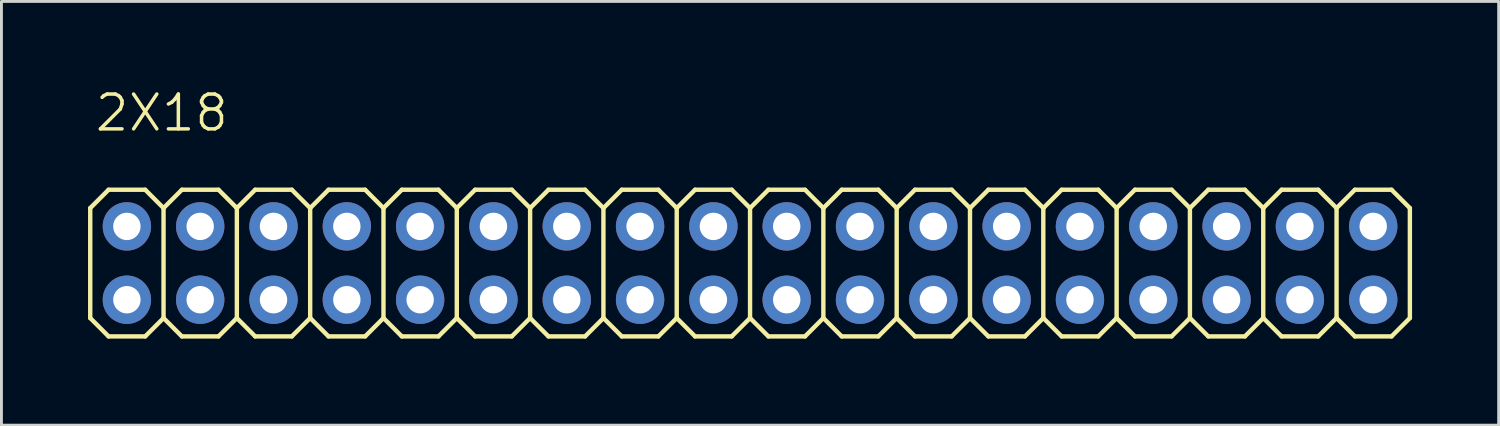
<source format=kicad_pcb>
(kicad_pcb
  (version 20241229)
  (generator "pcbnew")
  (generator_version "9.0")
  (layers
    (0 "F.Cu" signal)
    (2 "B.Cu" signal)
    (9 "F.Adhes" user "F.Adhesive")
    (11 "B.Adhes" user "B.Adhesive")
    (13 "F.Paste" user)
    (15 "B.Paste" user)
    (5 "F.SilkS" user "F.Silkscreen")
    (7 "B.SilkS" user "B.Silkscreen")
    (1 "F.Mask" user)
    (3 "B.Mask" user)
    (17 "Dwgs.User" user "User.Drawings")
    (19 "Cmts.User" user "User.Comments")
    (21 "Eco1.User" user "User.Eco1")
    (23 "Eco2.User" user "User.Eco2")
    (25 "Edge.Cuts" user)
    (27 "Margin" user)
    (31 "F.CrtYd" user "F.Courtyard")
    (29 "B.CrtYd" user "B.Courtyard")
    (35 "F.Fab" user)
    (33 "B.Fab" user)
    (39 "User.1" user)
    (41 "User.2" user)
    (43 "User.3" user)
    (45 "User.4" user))
  (footprint "2X18"
    (layer "F.Cu")
    (at 22.936 6.064)
    (property "Reference" "2X18" (at -22.758 -4.496 180) (layer "F.SilkS") (effects (font (size 1.206 1.206) (thickness 0.121)) (justify left bottom)))
    (attr through_hole)
    (fp_line (start -22.86 -1.905) (end -22.225 -2.54) (stroke (width 0.152) (type solid)) (layer "F.SilkS"))
    (fp_line (start -22.86 1.905) (end -22.86 -1.905) (stroke (width 0.152) (type solid)) (layer "F.SilkS"))
    (fp_line (start -22.86 1.905) (end -22.225 2.54) (stroke (width 0.152) (type solid)) (layer "F.SilkS"))
    (fp_line (start -22.225 -2.54) (end -20.955 -2.54) (stroke (width 0.152) (type solid)) (layer "F.SilkS"))
    (fp_line (start -22.225 2.54) (end -20.955 2.54) (stroke (width 0.152) (type solid)) (layer "F.SilkS"))
    (fp_line (start -20.955 -2.54) (end -20.32 -1.905) (stroke (width 0.152) (type solid)) (layer "F.SilkS"))
    (fp_line (start -20.955 2.54) (end -20.32 1.905) (stroke (width 0.152) (type solid)) (layer "F.SilkS"))
    (fp_line (start -20.32 -1.905) (end -20.32 1.905) (stroke (width 0.152) (type solid)) (layer "F.SilkS"))
    (fp_line (start -20.32 -1.905) (end -19.685 -2.54) (stroke (width 0.152) (type solid)) (layer "F.SilkS"))
    (fp_line (start -20.32 1.905) (end -19.685 2.54) (stroke (width 0.152) (type solid)) (layer "F.SilkS"))
    (fp_line (start -19.685 -2.54) (end -18.415 -2.54) (stroke (width 0.152) (type solid)) (layer "F.SilkS"))
    (fp_line (start -19.685 2.54) (end -18.415 2.54) (stroke (width 0.152) (type solid)) (layer "F.SilkS"))
    (fp_line (start -18.415 -2.54) (end -17.78 -1.905) (stroke (width 0.152) (type solid)) (layer "F.SilkS"))
    (fp_line (start -18.415 2.54) (end -17.78 1.905) (stroke (width 0.152) (type solid)) (layer "F.SilkS"))
    (fp_line (start -17.78 -1.905) (end -17.78 1.905) (stroke (width 0.152) (type solid)) (layer "F.SilkS"))
    (fp_line (start -17.78 -1.905) (end -17.145 -2.54) (stroke (width 0.152) (type solid)) (layer "F.SilkS"))
    (fp_line (start -17.78 1.905) (end -17.145 2.54) (stroke (width 0.152) (type solid)) (layer "F.SilkS"))
    (fp_line (start -17.145 -2.54) (end -15.875 -2.54) (stroke (width 0.152) (type solid)) (layer "F.SilkS"))
    (fp_line (start -17.145 2.54) (end -15.875 2.54) (stroke (width 0.152) (type solid)) (layer "F.SilkS"))
    (fp_line (start -15.875 -2.54) (end -15.24 -1.905) (stroke (width 0.152) (type solid)) (layer "F.SilkS"))
    (fp_line (start -15.875 2.54) (end -15.24 1.905) (stroke (width 0.152) (type solid)) (layer "F.SilkS"))
    (fp_line (start -15.24 -1.905) (end -15.24 1.905) (stroke (width 0.152) (type solid)) (layer "F.SilkS"))
    (fp_line (start -15.24 -1.905) (end -14.605 -2.54) (stroke (width 0.152) (type solid)) (layer "F.SilkS"))
    (fp_line (start -15.24 1.905) (end -14.605 2.54) (stroke (width 0.152) (type solid)) (layer "F.SilkS"))
    (fp_line (start -14.605 -2.54) (end -13.335 -2.54) (stroke (width 0.152) (type solid)) (layer "F.SilkS"))
    (fp_line (start -14.605 2.54) (end -13.335 2.54) (stroke (width 0.152) (type solid)) (layer "F.SilkS"))
    (fp_line (start -13.335 -2.54) (end -12.7 -1.905) (stroke (width 0.152) (type solid)) (layer "F.SilkS"))
    (fp_line (start -13.335 2.54) (end -12.7 1.905) (stroke (width 0.152) (type solid)) (layer "F.SilkS"))
    (fp_line (start -12.7 -1.905) (end -12.7 1.905) (stroke (width 0.152) (type solid)) (layer "F.SilkS"))
    (fp_line (start -12.7 -1.905) (end -12.065 -2.54) (stroke (width 0.152) (type solid)) (layer "F.SilkS"))
    (fp_line (start -12.7 1.905) (end -12.065 2.54) (stroke (width 0.152) (type solid)) (layer "F.SilkS"))
    (fp_line (start -12.065 -2.54) (end -10.795 -2.54) (stroke (width 0.152) (type solid)) (layer "F.SilkS"))
    (fp_line (start -12.065 2.54) (end -10.795 2.54) (stroke (width 0.152) (type solid)) (layer "F.SilkS"))
    (fp_line (start -10.795 -2.54) (end -10.16 -1.905) (stroke (width 0.152) (type solid)) (layer "F.SilkS"))
    (fp_line (start -10.795 2.54) (end -10.16 1.905) (stroke (width 0.152) (type solid)) (layer "F.SilkS"))
    (fp_line (start -10.16 -1.905) (end -10.16 1.905) (stroke (width 0.152) (type solid)) (layer "F.SilkS"))
    (fp_line (start -10.16 -1.905) (end -9.525 -2.54) (stroke (width 0.152) (type solid)) (layer "F.SilkS"))
    (fp_line (start -10.16 1.905) (end -9.525 2.54) (stroke (width 0.152) (type solid)) (layer "F.SilkS"))
    (fp_line (start -9.525 -2.54) (end -8.255 -2.54) (stroke (width 0.152) (type solid)) (layer "F.SilkS"))
    (fp_line (start -9.525 2.54) (end -8.255 2.54) (stroke (width 0.152) (type solid)) (layer "F.SilkS"))
    (fp_line (start -8.255 -2.54) (end -7.62 -1.905) (stroke (width 0.152) (type solid)) (layer "F.SilkS"))
    (fp_line (start -8.255 2.54) (end -7.62 1.905) (stroke (width 0.152) (type solid)) (layer "F.SilkS"))
    (fp_line (start -7.62 -1.905) (end -7.62 1.905) (stroke (width 0.152) (type solid)) (layer "F.SilkS"))
    (fp_line (start -7.62 -1.905) (end -6.985 -2.54) (stroke (width 0.152) (type solid)) (layer "F.SilkS"))
    (fp_line (start -7.62 1.905) (end -6.985 2.54) (stroke (width 0.152) (type solid)) (layer "F.SilkS"))
    (fp_line (start -6.985 -2.54) (end -5.715 -2.54) (stroke (width 0.152) (type solid)) (layer "F.SilkS"))
    (fp_line (start -5.715 -2.54) (end -5.08 -1.905) (stroke (width 0.152) (type solid)) (layer "F.SilkS"))
    (fp_line (start -5.715 2.54) (end -6.985 2.54) (stroke (width 0.152) (type solid)) (layer "F.SilkS"))
    (fp_line (start -5.08 -1.905) (end -5.08 1.905) (stroke (width 0.152) (type solid)) (layer "F.SilkS"))
    (fp_line (start -5.08 -1.905) (end -4.445 -2.54) (stroke (width 0.152) (type solid)) (layer "F.SilkS"))
    (fp_line (start -5.08 1.905) (end -5.715 2.54) (stroke (width 0.152) (type solid)) (layer "F.SilkS"))
    (fp_line (start -5.08 1.905) (end -4.445 2.54) (stroke (width 0.152) (type solid)) (layer "F.SilkS"))
    (fp_line (start -4.445 -2.54) (end -3.175 -2.54) (stroke (width 0.152) (type solid)) (layer "F.SilkS"))
    (fp_line (start -3.175 -2.54) (end -2.54 -1.905) (stroke (width 0.152) (type solid)) (layer "F.SilkS"))
    (fp_line (start -3.175 2.54) (end -4.445 2.54) (stroke (width 0.152) (type solid)) (layer "F.SilkS"))
    (fp_line (start -2.54 -1.905) (end -2.54 1.905) (stroke (width 0.152) (type solid)) (layer "F.SilkS"))
    (fp_line (start -2.54 -1.905) (end -1.905 -2.54) (stroke (width 0.152) (type solid)) (layer "F.SilkS"))
    (fp_line (start -2.54 1.905) (end -3.175 2.54) (stroke (width 0.152) (type solid)) (layer "F.SilkS"))
    (fp_line (start -2.54 1.905) (end -1.905 2.54) (stroke (width 0.152) (type solid)) (layer "F.SilkS"))
    (fp_line (start -1.905 -2.54) (end -0.635 -2.54) (stroke (width 0.152) (type solid)) (layer "F.SilkS"))
    (fp_line (start -0.635 -2.54) (end 0 -1.905) (stroke (width 0.152) (type solid)) (layer "F.SilkS"))
    (fp_line (start -0.635 2.54) (end -1.905 2.54) (stroke (width 0.152) (type solid)) (layer "F.SilkS"))
    (fp_line (start 0 -1.905) (end 0 1.905) (stroke (width 0.152) (type solid)) (layer "F.SilkS"))
    (fp_line (start 0 -1.905) (end 0.635 -2.54) (stroke (width 0.152) (type solid)) (layer "F.SilkS"))
    (fp_line (start 0 1.905) (end -0.635 2.54) (stroke (width 0.152) (type solid)) (layer "F.SilkS"))
    (fp_line (start 0 1.905) (end 0.635 2.54) (stroke (width 0.152) (type solid)) (layer "F.SilkS"))
    (fp_line (start 0.635 -2.54) (end 1.905 -2.54) (stroke (width 0.152) (type solid)) (layer "F.SilkS"))
    (fp_line (start 1.905 -2.54) (end 2.54 -1.905) (stroke (width 0.152) (type solid)) (layer "F.SilkS"))
    (fp_line (start 1.905 2.54) (end 0.635 2.54) (stroke (width 0.152) (type solid)) (layer "F.SilkS"))
    (fp_line (start 2.54 -1.905) (end 2.54 1.905) (stroke (width 0.152) (type solid)) (layer "F.SilkS"))
    (fp_line (start 2.54 -1.905) (end 3.175 -2.54) (stroke (width 0.152) (type solid)) (layer "F.SilkS"))
    (fp_line (start 2.54 1.905) (end 1.905 2.54) (stroke (width 0.152) (type solid)) (layer "F.SilkS"))
    (fp_line (start 2.54 1.905) (end 3.175 2.54) (stroke (width 0.152) (type solid)) (layer "F.SilkS"))
    (fp_line (start 3.175 -2.54) (end 4.445 -2.54) (stroke (width 0.152) (type solid)) (layer "F.SilkS"))
    (fp_line (start 4.445 -2.54) (end 5.08 -1.905) (stroke (width 0.152) (type solid)) (layer "F.SilkS"))
    (fp_line (start 4.445 2.54) (end 3.175 2.54) (stroke (width 0.152) (type solid)) (layer "F.SilkS"))
    (fp_line (start 5.08 -1.905) (end 5.08 1.905) (stroke (width 0.152) (type solid)) (layer "F.SilkS"))
    (fp_line (start 5.08 -1.905) (end 5.715 -2.54) (stroke (width 0.152) (type solid)) (layer "F.SilkS"))
    (fp_line (start 5.08 1.905) (end 4.445 2.54) (stroke (width 0.152) (type solid)) (layer "F.SilkS"))
    (fp_line (start 5.08 1.905) (end 5.715 2.54) (stroke (width 0.152) (type solid)) (layer "F.SilkS"))
    (fp_line (start 5.715 -2.54) (end 6.985 -2.54) (stroke (width 0.152) (type solid)) (layer "F.SilkS"))
    (fp_line (start 6.985 2.54) (end 5.715 2.54) (stroke (width 0.152) (type solid)) (layer "F.SilkS"))
    (fp_line (start 7.62 -1.905) (end 6.985 -2.54) (stroke (width 0.152) (type solid)) (layer "F.SilkS"))
    (fp_line (start 7.62 -1.905) (end 7.62 1.905) (stroke (width 0.152) (type solid)) (layer "F.SilkS"))
    (fp_line (start 7.62 -1.905) (end 8.255 -2.54) (stroke (width 0.152) (type solid)) (layer "F.SilkS"))
    (fp_line (start 7.62 1.905) (end 6.985 2.54) (stroke (width 0.152) (type solid)) (layer "F.SilkS"))
    (fp_line (start 7.62 1.905) (end 8.255 2.54) (stroke (width 0.152) (type solid)) (layer "F.SilkS"))
    (fp_line (start 9.525 -2.54) (end 8.255 -2.54) (stroke (width 0.152) (type solid)) (layer "F.SilkS"))
    (fp_line (start 9.525 -2.54) (end 10.16 -1.905) (stroke (width 0.152) (type solid)) (layer "F.SilkS"))
    (fp_line (start 9.525 2.54) (end 8.255 2.54) (stroke (width 0.152) (type solid)) (layer "F.SilkS"))
    (fp_line (start 10.16 -1.905) (end 10.16 1.905) (stroke (width 0.152) (type solid)) (layer "F.SilkS"))
    (fp_line (start 10.16 -1.905) (end 10.795 -2.54) (stroke (width 0.152) (type solid)) (layer "F.SilkS"))
    (fp_line (start 10.16 1.905) (end 9.525 2.54) (stroke (width 0.152) (type solid)) (layer "F.SilkS"))
    (fp_line (start 10.16 1.905) (end 10.795 2.54) (stroke (width 0.152) (type solid)) (layer "F.SilkS"))
    (fp_line (start 12.065 -2.54) (end 10.795 -2.54) (stroke (width 0.152) (type solid)) (layer "F.SilkS"))
    (fp_line (start 12.065 -2.54) (end 12.7 -1.905) (stroke (width 0.152) (type solid)) (layer "F.SilkS"))
    (fp_line (start 12.065 2.54) (end 10.795 2.54) (stroke (width 0.152) (type solid)) (layer "F.SilkS"))
    (fp_line (start 12.7 -1.905) (end 12.7 1.905) (stroke (width 0.152) (type solid)) (layer "F.SilkS"))
    (fp_line (start 12.7 -1.905) (end 13.335 -2.54) (stroke (width 0.152) (type solid)) (layer "F.SilkS"))
    (fp_line (start 12.7 1.905) (end 12.065 2.54) (stroke (width 0.152) (type solid)) (layer "F.SilkS"))
    (fp_line (start 13.335 2.54) (end 12.7 1.905) (stroke (width 0.152) (type solid)) (layer "F.SilkS"))
    (fp_line (start 13.335 2.54) (end 14.605 2.54) (stroke (width 0.152) (type solid)) (layer "F.SilkS"))
    (fp_line (start 14.605 -2.54) (end 13.335 -2.54) (stroke (width 0.152) (type solid)) (layer "F.SilkS"))
    (fp_line (start 14.605 -2.54) (end 15.24 -1.905) (stroke (width 0.152) (type solid)) (layer "F.SilkS"))
    (fp_line (start 15.24 -1.905) (end 15.24 1.905) (stroke (width 0.152) (type solid)) (layer "F.SilkS"))
    (fp_line (start 15.24 -1.905) (end 15.875 -2.54) (stroke (width 0.152) (type solid)) (layer "F.SilkS"))
    (fp_line (start 15.24 1.905) (end 14.605 2.54) (stroke (width 0.152) (type solid)) (layer "F.SilkS"))
    (fp_line (start 15.875 2.54) (end 15.24 1.905) (stroke (width 0.152) (type solid)) (layer "F.SilkS"))
    (fp_line (start 15.875 2.54) (end 17.145 2.54) (stroke (width 0.152) (type solid)) (layer "F.SilkS"))
    (fp_line (start 17.145 -2.54) (end 15.875 -2.54) (stroke (width 0.152) (type solid)) (layer "F.SilkS"))
    (fp_line (start 17.145 -2.54) (end 17.78 -1.905) (stroke (width 0.152) (type solid)) (layer "F.SilkS"))
    (fp_line (start 17.78 -1.905) (end 17.78 1.905) (stroke (width 0.152) (type solid)) (layer "F.SilkS"))
    (fp_line (start 17.78 -1.905) (end 18.415 -2.54) (stroke (width 0.152) (type solid)) (layer "F.SilkS"))
    (fp_line (start 17.78 1.905) (end 17.145 2.54) (stroke (width 0.152) (type solid)) (layer "F.SilkS"))
    (fp_line (start 17.78 1.905) (end 18.415 2.54) (stroke (width 0.152) (type solid)) (layer "F.SilkS"))
    (fp_line (start 19.685 -2.54) (end 18.415 -2.54) (stroke (width 0.152) (type solid)) (layer "F.SilkS"))
    (fp_line (start 19.685 -2.54) (end 20.32 -1.905) (stroke (width 0.152) (type solid)) (layer "F.SilkS"))
    (fp_line (start 19.685 2.54) (end 18.415 2.54) (stroke (width 0.152) (type solid)) (layer "F.SilkS"))
    (fp_line (start 20.32 -1.905) (end 20.32 1.905) (stroke (width 0.152) (type solid)) (layer "F.SilkS"))
    (fp_line (start 20.32 -1.905) (end 20.955 -2.54) (stroke (width 0.152) (type solid)) (layer "F.SilkS"))
    (fp_line (start 20.32 1.905) (end 19.685 2.54) (stroke (width 0.152) (type solid)) (layer "F.SilkS"))
    (fp_line (start 20.32 1.905) (end 20.955 2.54) (stroke (width 0.152) (type solid)) (layer "F.SilkS"))
    (fp_line (start 22.225 -2.54) (end 20.955 -2.54) (stroke (width 0.152) (type solid)) (layer "F.SilkS"))
    (fp_line (start 22.225 -2.54) (end 22.86 -1.905) (stroke (width 0.152) (type solid)) (layer "F.SilkS"))
    (fp_line (start 22.225 2.54) (end 20.955 2.54) (stroke (width 0.152) (type solid)) (layer "F.SilkS"))
    (fp_line (start 22.86 -1.905) (end 22.86 1.905) (stroke (width 0.152) (type solid)) (layer "F.SilkS"))
    (fp_line (start 22.86 1.905) (end 22.225 2.54) (stroke (width 0.152) (type solid)) (layer "F.SilkS"))
    (fp_poly (pts (xy -21.844 -1.016) (xy -21.336 -1.016) (xy -21.336 -1.524) (xy -21.844 -1.524)) (stroke (width 0.1) (type solid)) (fill no) (layer "F.Fab"))
    (fp_poly (pts (xy -21.844 1.524) (xy -21.336 1.524) (xy -21.336 1.016) (xy -21.844 1.016)) (stroke (width 0.1) (type solid)) (fill no) (layer "F.Fab"))
    (fp_poly (pts (xy -19.304 -1.016) (xy -18.796 -1.016) (xy -18.796 -1.524) (xy -19.304 -1.524)) (stroke (width 0.1) (type solid)) (fill no) (layer "F.Fab"))
    (fp_poly (pts (xy -19.304 1.524) (xy -18.796 1.524) (xy -18.796 1.016) (xy -19.304 1.016)) (stroke (width 0.1) (type solid)) (fill no) (layer "F.Fab"))
    (fp_poly (pts (xy -16.764 -1.016) (xy -16.256 -1.016) (xy -16.256 -1.524) (xy -16.764 -1.524)) (stroke (width 0.1) (type solid)) (fill no) (layer "F.Fab"))
    (fp_poly (pts (xy -16.764 1.524) (xy -16.256 1.524) (xy -16.256 1.016) (xy -16.764 1.016)) (stroke (width 0.1) (type solid)) (fill no) (layer "F.Fab"))
    (fp_poly (pts (xy -14.224 -1.016) (xy -13.716 -1.016) (xy -13.716 -1.524) (xy -14.224 -1.524)) (stroke (width 0.1) (type solid)) (fill no) (layer "F.Fab"))
    (fp_poly (pts (xy -14.224 1.524) (xy -13.716 1.524) (xy -13.716 1.016) (xy -14.224 1.016)) (stroke (width 0.1) (type solid)) (fill no) (layer "F.Fab"))
    (fp_poly (pts (xy -11.684 -1.016) (xy -11.176 -1.016) (xy -11.176 -1.524) (xy -11.684 -1.524)) (stroke (width 0.1) (type solid)) (fill no) (layer "F.Fab"))
    (fp_poly (pts (xy -11.684 1.524) (xy -11.176 1.524) (xy -11.176 1.016) (xy -11.684 1.016)) (stroke (width 0.1) (type solid)) (fill no) (layer "F.Fab"))
    (fp_poly (pts (xy -9.144 -1.016) (xy -8.636 -1.016) (xy -8.636 -1.524) (xy -9.144 -1.524)) (stroke (width 0.1) (type solid)) (fill no) (layer "F.Fab"))
    (fp_poly (pts (xy -9.144 1.524) (xy -8.636 1.524) (xy -8.636 1.016) (xy -9.144 1.016)) (stroke (width 0.1) (type solid)) (fill no) (layer "F.Fab"))
    (fp_poly (pts (xy -6.604 -1.016) (xy -6.096 -1.016) (xy -6.096 -1.524) (xy -6.604 -1.524)) (stroke (width 0.1) (type solid)) (fill no) (layer "F.Fab"))
    (fp_poly (pts (xy -6.604 1.524) (xy -6.096 1.524) (xy -6.096 1.016) (xy -6.604 1.016)) (stroke (width 0.1) (type solid)) (fill no) (layer "F.Fab"))
    (fp_poly (pts (xy -4.064 -1.016) (xy -3.556 -1.016) (xy -3.556 -1.524) (xy -4.064 -1.524)) (stroke (width 0.1) (type solid)) (fill no) (layer "F.Fab"))
    (fp_poly (pts (xy -4.064 1.524) (xy -3.556 1.524) (xy -3.556 1.016) (xy -4.064 1.016)) (stroke (width 0.1) (type solid)) (fill no) (layer "F.Fab"))
    (fp_poly (pts (xy -1.524 -1.016) (xy -1.016 -1.016) (xy -1.016 -1.524) (xy -1.524 -1.524)) (stroke (width 0.1) (type solid)) (fill no) (layer "F.Fab"))
    (fp_poly (pts (xy -1.524 1.524) (xy -1.016 1.524) (xy -1.016 1.016) (xy -1.524 1.016)) (stroke (width 0.1) (type solid)) (fill no) (layer "F.Fab"))
    (fp_poly (pts (xy 1.016 -1.016) (xy 1.524 -1.016) (xy 1.524 -1.524) (xy 1.016 -1.524)) (stroke (width 0.1) (type solid)) (fill no) (layer "F.Fab"))
    (fp_poly (pts (xy 1.016 1.524) (xy 1.524 1.524) (xy 1.524 1.016) (xy 1.016 1.016)) (stroke (width 0.1) (type solid)) (fill no) (layer "F.Fab"))
    (fp_poly (pts (xy 3.556 -1.016) (xy 4.064 -1.016) (xy 4.064 -1.524) (xy 3.556 -1.524)) (stroke (width 0.1) (type solid)) (fill no) (layer "F.Fab"))
    (fp_poly (pts (xy 3.556 1.524) (xy 4.064 1.524) (xy 4.064 1.016) (xy 3.556 1.016)) (stroke (width 0.1) (type solid)) (fill no) (layer "F.Fab"))
    (fp_poly (pts (xy 6.096 -1.016) (xy 6.604 -1.016) (xy 6.604 -1.524) (xy 6.096 -1.524)) (stroke (width 0.1) (type solid)) (fill no) (layer "F.Fab"))
    (fp_poly (pts (xy 6.096 1.524) (xy 6.604 1.524) (xy 6.604 1.016) (xy 6.096 1.016)) (stroke (width 0.1) (type solid)) (fill no) (layer "F.Fab"))
    (fp_poly (pts (xy 8.636 -1.016) (xy 9.144 -1.016) (xy 9.144 -1.524) (xy 8.636 -1.524)) (stroke (width 0.1) (type solid)) (fill no) (layer "F.Fab"))
    (fp_poly (pts (xy 8.636 1.524) (xy 9.144 1.524) (xy 9.144 1.016) (xy 8.636 1.016)) (stroke (width 0.1) (type solid)) (fill no) (layer "F.Fab"))
    (fp_poly (pts (xy 11.176 -1.016) (xy 11.684 -1.016) (xy 11.684 -1.524) (xy 11.176 -1.524)) (stroke (width 0.1) (type solid)) (fill no) (layer "F.Fab"))
    (fp_poly (pts (xy 11.176 1.524) (xy 11.684 1.524) (xy 11.684 1.016) (xy 11.176 1.016)) (stroke (width 0.1) (type solid)) (fill no) (layer "F.Fab"))
    (fp_poly (pts (xy 13.716 -1.016) (xy 14.224 -1.016) (xy 14.224 -1.524) (xy 13.716 -1.524)) (stroke (width 0.1) (type solid)) (fill no) (layer "F.Fab"))
    (fp_poly (pts (xy 13.716 1.524) (xy 14.224 1.524) (xy 14.224 1.016) (xy 13.716 1.016)) (stroke (width 0.1) (type solid)) (fill no) (layer "F.Fab"))
    (fp_poly (pts (xy 16.256 -1.016) (xy 16.764 -1.016) (xy 16.764 -1.524) (xy 16.256 -1.524)) (stroke (width 0.1) (type solid)) (fill no) (layer "F.Fab"))
    (fp_poly (pts (xy 16.256 1.524) (xy 16.764 1.524) (xy 16.764 1.016) (xy 16.256 1.016)) (stroke (width 0.1) (type solid)) (fill no) (layer "F.Fab"))
    (fp_poly (pts (xy 18.796 -1.016) (xy 19.304 -1.016) (xy 19.304 -1.524) (xy 18.796 -1.524)) (stroke (width 0.1) (type solid)) (fill no) (layer "F.Fab"))
    (fp_poly (pts (xy 18.796 1.524) (xy 19.304 1.524) (xy 19.304 1.016) (xy 18.796 1.016)) (stroke (width 0.1) (type solid)) (fill no) (layer "F.Fab"))
    (fp_poly (pts (xy 21.336 -1.016) (xy 21.844 -1.016) (xy 21.844 -1.524) (xy 21.336 -1.524)) (stroke (width 0.1) (type solid)) (fill no) (layer "F.Fab"))
    (fp_poly (pts (xy 21.336 1.524) (xy 21.844 1.524) (xy 21.844 1.016) (xy 21.336 1.016)) (stroke (width 0.1) (type solid)) (fill no) (layer "F.Fab"))
    (pad "1" thru_hole circle (at -21.59 1.27) (size 1.676 1.676) (drill 0.95) (layers "*.Cu" "*.Mask"))
    (pad "2" thru_hole circle (at -21.59 -1.27) (size 1.676 1.676) (drill 0.95) (layers "*.Cu" "*.Mask"))
    (pad "3" thru_hole circle (at -19.05 1.27) (size 1.676 1.676) (drill 0.95) (layers "*.Cu" "*.Mask"))
    (pad "4" thru_hole circle (at -19.05 -1.27) (size 1.676 1.676) (drill 0.95) (layers "*.Cu" "*.Mask"))
    (pad "5" thru_hole circle (at -16.51 1.27) (size 1.676 1.676) (drill 0.95) (layers "*.Cu" "*.Mask"))
    (pad "6" thru_hole circle (at -16.51 -1.27) (size 1.676 1.676) (drill 0.95) (layers "*.Cu" "*.Mask"))
    (pad "7" thru_hole circle (at -13.97 1.27) (size 1.676 1.676) (drill 0.95) (layers "*.Cu" "*.Mask"))
    (pad "8" thru_hole circle (at -13.97 -1.27) (size 1.676 1.676) (drill 0.95) (layers "*.Cu" "*.Mask"))
    (pad "9" thru_hole circle (at -11.43 1.27) (size 1.676 1.676) (drill 0.95) (layers "*.Cu" "*.Mask"))
    (pad "10" thru_hole circle (at -11.43 -1.27) (size 1.676 1.676) (drill 0.95) (layers "*.Cu" "*.Mask"))
    (pad "11" thru_hole circle (at -8.89 1.27) (size 1.676 1.676) (drill 0.95) (layers "*.Cu" "*.Mask"))
    (pad "12" thru_hole circle (at -8.89 -1.27) (size 1.676 1.676) (drill 0.95) (layers "*.Cu" "*.Mask"))
    (pad "13" thru_hole circle (at -6.35 1.27) (size 1.676 1.676) (drill 0.95) (layers "*.Cu" "*.Mask"))
    (pad "14" thru_hole circle (at -6.35 -1.27) (size 1.676 1.676) (drill 0.95) (layers "*.Cu" "*.Mask"))
    (pad "15" thru_hole circle (at -3.81 1.27) (size 1.676 1.676) (drill 0.95) (layers "*.Cu" "*.Mask"))
    (pad "16" thru_hole circle (at -3.81 -1.27) (size 1.676 1.676) (drill 0.95) (layers "*.Cu" "*.Mask"))
    (pad "17" thru_hole circle (at -1.27 1.27) (size 1.676 1.676) (drill 0.95) (layers "*.Cu" "*.Mask"))
    (pad "18" thru_hole circle (at -1.27 -1.27) (size 1.676 1.676) (drill 0.95) (layers "*.Cu" "*.Mask"))
    (pad "19" thru_hole circle (at 1.27 1.27) (size 1.676 1.676) (drill 0.95) (layers "*.Cu" "*.Mask"))
    (pad "20" thru_hole circle (at 1.27 -1.27) (size 1.676 1.676) (drill 0.95) (layers "*.Cu" "*.Mask"))
    (pad "21" thru_hole circle (at 3.81 1.27) (size 1.676 1.676) (drill 0.95) (layers "*.Cu" "*.Mask"))
    (pad "22" thru_hole circle (at 3.81 -1.27) (size 1.676 1.676) (drill 0.95) (layers "*.Cu" "*.Mask"))
    (pad "23" thru_hole circle (at 6.35 1.27) (size 1.676 1.676) (drill 0.95) (layers "*.Cu" "*.Mask"))
    (pad "24" thru_hole circle (at 6.35 -1.27) (size 1.676 1.676) (drill 0.95) (layers "*.Cu" "*.Mask"))
    (pad "25" thru_hole circle (at 8.89 1.27) (size 1.676 1.676) (drill 0.95) (layers "*.Cu" "*.Mask"))
    (pad "26" thru_hole circle (at 8.89 -1.27) (size 1.676 1.676) (drill 0.95) (layers "*.Cu" "*.Mask"))
    (pad "27" thru_hole circle (at 11.43 1.27) (size 1.676 1.676) (drill 0.95) (layers "*.Cu" "*.Mask"))
    (pad "28" thru_hole circle (at 11.43 -1.27) (size 1.676 1.676) (drill 0.95) (layers "*.Cu" "*.Mask"))
    (pad "29" thru_hole circle (at 13.97 1.27) (size 1.676 1.676) (drill 0.95) (layers "*.Cu" "*.Mask"))
    (pad "30" thru_hole circle (at 13.97 -1.27) (size 1.676 1.676) (drill 0.95) (layers "*.Cu" "*.Mask"))
    (pad "31" thru_hole circle (at 16.51 1.27) (size 1.676 1.676) (drill 0.95) (layers "*.Cu" "*.Mask"))
    (pad "32" thru_hole circle (at 16.51 -1.27) (size 1.676 1.676) (drill 0.95) (layers "*.Cu" "*.Mask"))
    (pad "33" thru_hole circle (at 19.05 1.27) (size 1.676 1.676) (drill 0.95) (layers "*.Cu" "*.Mask"))
    (pad "34" thru_hole circle (at 19.05 -1.27) (size 1.676 1.676) (drill 0.95) (layers "*.Cu" "*.Mask"))
    (pad "35" thru_hole circle (at 21.59 1.27) (size 1.676 1.676) (drill 0.95) (layers "*.Cu" "*.Mask"))
    (pad "36" thru_hole circle (at 21.59 -1.27) (size 1.676 1.676) (drill 0.95) (layers "*.Cu" "*.Mask")))
  (gr_rect
    (start -3 -3)
    (end 48.872 11.68)
    (stroke (width 0.1) (type default))
    (fill no)
    (layer "Edge.Cuts")))
</source>
